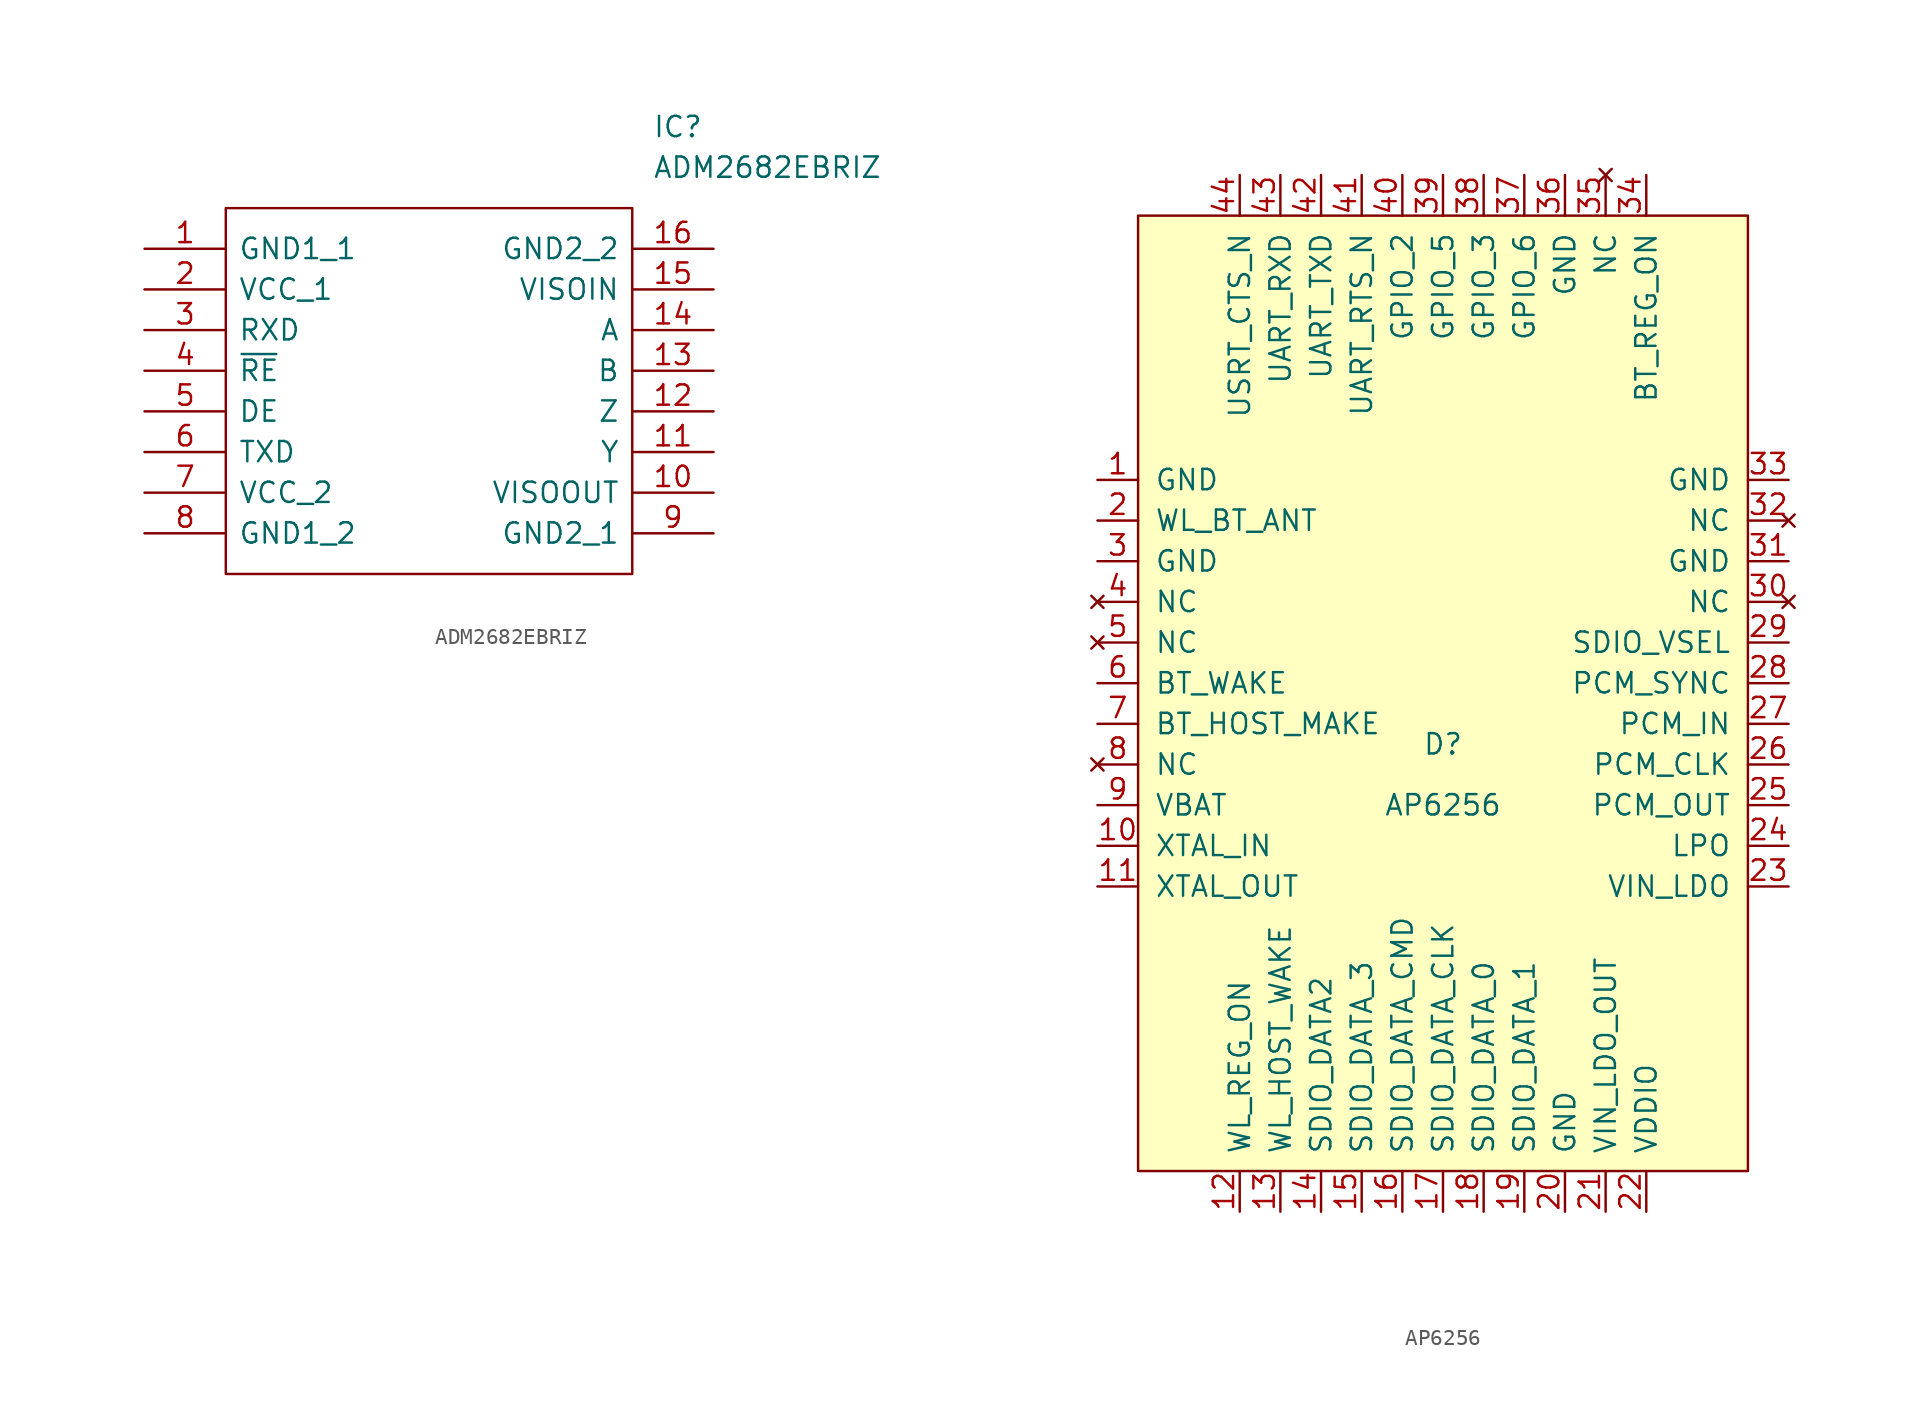
<source format=kicad_sym>
(kicad_symbol_lib
  (version 20211014)
  (generator kicad_symbol_editor)
  (symbol "ADM2682EBRIZ"
    (pin_names
      (offset 0.762))
    (property "Reference" "IC"
      (at 31.75 7.62 0)
      (effects (font (size 1.27 1.27)) (justify left)))
    (property "Value" "ADM2682EBRIZ"
      (at 31.75 5.08 0)
      (effects (font (size 1.27 1.27)) (justify left)))
    (symbol "ADM2682EBRIZ_0_0"
      (pin unspecified line (at 0 0 0) (length 5.08) (name "GND1_1" (effects (font (size 1.27 1.27)))) (number "1" (effects (font (size 1.27 1.27)))))
      (pin unspecified line (at 35.56 -15.24 180) (length 5.08) (name "VISOOUT" (effects (font (size 1.27 1.27)))) (number "10" (effects (font (size 1.27 1.27)))))
      (pin unspecified line (at 35.56 -12.7 180) (length 5.08) (name "Y" (effects (font (size 1.27 1.27)))) (number "11" (effects (font (size 1.27 1.27)))))
      (pin unspecified line (at 35.56 -10.16 180) (length 5.08) (name "Z" (effects (font (size 1.27 1.27)))) (number "12" (effects (font (size 1.27 1.27)))))
      (pin unspecified line (at 35.56 -7.62 180) (length 5.08) (name "B" (effects (font (size 1.27 1.27)))) (number "13" (effects (font (size 1.27 1.27)))))
      (pin unspecified line (at 35.56 -5.08 180) (length 5.08) (name "A" (effects (font (size 1.27 1.27)))) (number "14" (effects (font (size 1.27 1.27)))))
      (pin unspecified line (at 35.56 -2.54 180) (length 5.08) (name "VISOIN" (effects (font (size 1.27 1.27)))) (number "15" (effects (font (size 1.27 1.27)))))
      (pin unspecified line (at 35.56 0 180) (length 5.08) (name "GND2_2" (effects (font (size 1.27 1.27)))) (number "16" (effects (font (size 1.27 1.27)))))
      (pin unspecified line (at 0 -2.54 0) (length 5.08) (name "VCC_1" (effects (font (size 1.27 1.27)))) (number "2" (effects (font (size 1.27 1.27)))))
      (pin unspecified line (at 0 -5.08 0) (length 5.08) (name "RXD" (effects (font (size 1.27 1.27)))) (number "3" (effects (font (size 1.27 1.27)))))
      (pin unspecified line (at 0 -7.62 0) (length 5.08) (name "~{RE}" (effects (font (size 1.27 1.27)))) (number "4" (effects (font (size 1.27 1.27)))))
      (pin unspecified line (at 0 -10.16 0) (length 5.08) (name "DE" (effects (font (size 1.27 1.27)))) (number "5" (effects (font (size 1.27 1.27)))))
      (pin unspecified line (at 0 -12.7 0) (length 5.08) (name "TXD" (effects (font (size 1.27 1.27)))) (number "6" (effects (font (size 1.27 1.27)))))
      (pin unspecified line (at 0 -15.24 0) (length 5.08) (name "VCC_2" (effects (font (size 1.27 1.27)))) (number "7" (effects (font (size 1.27 1.27)))))
      (pin unspecified line (at 0 -17.78 0) (length 5.08) (name "GND1_2" (effects (font (size 1.27 1.27)))) (number "8" (effects (font (size 1.27 1.27)))))
      (pin unspecified line (at 35.56 -17.78 180) (length 5.08) (name "GND2_1" (effects (font (size 1.27 1.27)))) (number "9" (effects (font (size 1.27 1.27))))))
    (symbol "ADM2682EBRIZ_0_1"
      (polyline (pts (xy 5.08 2.54) (xy 30.48 2.54) (xy 30.48 -20.32) (xy 5.08 -20.32) (xy 5.08 2.54)) (stroke (width 0.152) (type default) (color 0 0 0 0)) (fill (type none)))))
  (symbol "AP6256"
    (pin_names
      (offset 1.016))
    (property "Reference" "D"
      (at 19.05 26.67 0)
      (effects (font (size 1.27 1.27))))
    (property "Value" "AP6256"
      (at 19.05 22.86 0)
      (effects (font (size 1.27 1.27))))
    (symbol "AP6256_0_1"
      (rectangle (start 0 0) (end 38.1 59.69) (stroke (width 0) (type default) (color 0 0 0 0)) (fill (type background))))
    (symbol "AP6256_1_1"
      (pin power_in line (at -2.54 43.18 0) (length 2.54) (name "GND" (effects (font (size 1.27 1.27)))) (number "1" (effects (font (size 1.27 1.27)))))
      (pin input line (at -2.54 20.32 0) (length 2.54) (name "XTAL_IN" (effects (font (size 1.27 1.27)))) (number "10" (effects (font (size 1.27 1.27)))))
      (pin output line (at -2.54 17.78 0) (length 2.54) (name "XTAL_OUT" (effects (font (size 1.27 1.27)))) (number "11" (effects (font (size 1.27 1.27)))))
      (pin input line (at 6.35 -2.54 90) (length 2.54) (name "WL_REG_ON" (effects (font (size 1.27 1.27)))) (number "12" (effects (font (size 1.27 1.27)))))
      (pin output line (at 8.89 -2.54 90) (length 2.54) (name "WL_HOST_WAKE" (effects (font (size 1.27 1.27)))) (number "13" (effects (font (size 1.27 1.27)))))
      (pin bidirectional line (at 11.43 -2.54 90) (length 2.54) (name "SDIO_DATA2" (effects (font (size 1.27 1.27)))) (number "14" (effects (font (size 1.27 1.27)))))
      (pin bidirectional line (at 13.97 -2.54 90) (length 2.54) (name "SDIO_DATA_3" (effects (font (size 1.27 1.27)))) (number "15" (effects (font (size 1.27 1.27)))))
      (pin bidirectional line (at 16.51 -2.54 90) (length 2.54) (name "SDIO_DATA_CMD" (effects (font (size 1.27 1.27)))) (number "16" (effects (font (size 1.27 1.27)))))
      (pin bidirectional line (at 19.05 -2.54 90) (length 2.54) (name "SDIO_DATA_CLK" (effects (font (size 1.27 1.27)))) (number "17" (effects (font (size 1.27 1.27)))))
      (pin bidirectional line (at 21.59 -2.54 90) (length 2.54) (name "SDIO_DATA_0" (effects (font (size 1.27 1.27)))) (number "18" (effects (font (size 1.27 1.27)))))
      (pin bidirectional line (at 24.13 -2.54 90) (length 2.54) (name "SDIO_DATA_1" (effects (font (size 1.27 1.27)))) (number "19" (effects (font (size 1.27 1.27)))))
      (pin bidirectional line (at -2.54 40.64 0) (length 2.54) (name "WL_BT_ANT" (effects (font (size 1.27 1.27)))) (number "2" (effects (font (size 1.27 1.27)))))
      (pin power_in line (at 26.67 -2.54 90) (length 2.54) (name "GND" (effects (font (size 1.27 1.27)))) (number "20" (effects (font (size 1.27 1.27)))))
      (pin power_out line (at 29.21 -2.54 90) (length 2.54) (name "VIN_LDO_OUT" (effects (font (size 1.27 1.27)))) (number "21" (effects (font (size 1.27 1.27)))))
      (pin power_in line (at 31.75 -2.54 90) (length 2.54) (name "VDDIO" (effects (font (size 1.27 1.27)))) (number "22" (effects (font (size 1.27 1.27)))))
      (pin power_in line (at 40.64 17.78 180) (length 2.54) (name "VIN_LDO" (effects (font (size 1.27 1.27)))) (number "23" (effects (font (size 1.27 1.27)))))
      (pin input line (at 40.64 20.32 180) (length 2.54) (name "LPO" (effects (font (size 1.27 1.27)))) (number "24" (effects (font (size 1.27 1.27)))))
      (pin output line (at 40.64 22.86 180) (length 2.54) (name "PCM_OUT" (effects (font (size 1.27 1.27)))) (number "25" (effects (font (size 1.27 1.27)))))
      (pin bidirectional line (at 40.64 25.4 180) (length 2.54) (name "PCM_CLK" (effects (font (size 1.27 1.27)))) (number "26" (effects (font (size 1.27 1.27)))))
      (pin input line (at 40.64 27.94 180) (length 2.54) (name "PCM_IN" (effects (font (size 1.27 1.27)))) (number "27" (effects (font (size 1.27 1.27)))))
      (pin bidirectional line (at 40.64 30.48 180) (length 2.54) (name "PCM_SYNC" (effects (font (size 1.27 1.27)))) (number "28" (effects (font (size 1.27 1.27)))))
      (pin input line (at 40.64 33.02 180) (length 2.54) (name "SDIO_VSEL" (effects (font (size 1.27 1.27)))) (number "29" (effects (font (size 1.27 1.27)))))
      (pin power_in line (at -2.54 38.1 0) (length 2.54) (name "GND" (effects (font (size 1.27 1.27)))) (number "3" (effects (font (size 1.27 1.27)))))
      (pin no_connect line (at 40.64 35.56 180) (length 2.54) (name "NC" (effects (font (size 1.27 1.27)))) (number "30" (effects (font (size 1.27 1.27)))))
      (pin power_in line (at 40.64 38.1 180) (length 2.54) (name "GND" (effects (font (size 1.27 1.27)))) (number "31" (effects (font (size 1.27 1.27)))))
      (pin no_connect line (at 40.64 40.64 180) (length 2.54) (name "NC" (effects (font (size 1.27 1.27)))) (number "32" (effects (font (size 1.27 1.27)))))
      (pin power_in line (at 40.64 43.18 180) (length 2.54) (name "GND" (effects (font (size 1.27 1.27)))) (number "33" (effects (font (size 1.27 1.27)))))
      (pin input line (at 31.75 62.23 270) (length 2.54) (name "BT_REG_ON" (effects (font (size 1.27 1.27)))) (number "34" (effects (font (size 1.27 1.27)))))
      (pin no_connect line (at 29.21 62.23 270) (length 2.54) (name "NC" (effects (font (size 1.27 1.27)))) (number "35" (effects (font (size 1.27 1.27)))))
      (pin power_in line (at 26.67 62.23 270) (length 2.54) (name "GND" (effects (font (size 1.27 1.27)))) (number "36" (effects (font (size 1.27 1.27)))))
      (pin bidirectional line (at 24.13 62.23 270) (length 2.54) (name "GPIO_6" (effects (font (size 1.27 1.27)))) (number "37" (effects (font (size 1.27 1.27)))))
      (pin bidirectional line (at 21.59 62.23 270) (length 2.54) (name "GPIO_3" (effects (font (size 1.27 1.27)))) (number "38" (effects (font (size 1.27 1.27)))))
      (pin bidirectional line (at 19.05 62.23 270) (length 2.54) (name "GPIO_5" (effects (font (size 1.27 1.27)))) (number "39" (effects (font (size 1.27 1.27)))))
      (pin no_connect line (at -2.54 35.56 0) (length 2.54) (name "NC" (effects (font (size 1.27 1.27)))) (number "4" (effects (font (size 1.27 1.27)))))
      (pin bidirectional line (at 16.51 62.23 270) (length 2.54) (name "GPIO_2" (effects (font (size 1.27 1.27)))) (number "40" (effects (font (size 1.27 1.27)))))
      (pin output line (at 13.97 62.23 270) (length 2.54) (name "UART_RTS_N" (effects (font (size 1.27 1.27)))) (number "41" (effects (font (size 1.27 1.27)))))
      (pin output line (at 11.43 62.23 270) (length 2.54) (name "UART_TXD" (effects (font (size 1.27 1.27)))) (number "42" (effects (font (size 1.27 1.27)))))
      (pin input line (at 8.89 62.23 270) (length 2.54) (name "UART_RXD" (effects (font (size 1.27 1.27)))) (number "43" (effects (font (size 1.27 1.27)))))
      (pin input line (at 6.35 62.23 270) (length 2.54) (name "USRT_CTS_N" (effects (font (size 1.27 1.27)))) (number "44" (effects (font (size 1.27 1.27)))))
      (pin no_connect line (at -2.54 33.02 0) (length 2.54) (name "NC" (effects (font (size 1.27 1.27)))) (number "5" (effects (font (size 1.27 1.27)))))
      (pin input line (at -2.54 30.48 0) (length 2.54) (name "BT_WAKE" (effects (font (size 1.27 1.27)))) (number "6" (effects (font (size 1.27 1.27)))))
      (pin output line (at -2.54 27.94 0) (length 2.54) (name "BT_HOST_MAKE" (effects (font (size 1.27 1.27)))) (number "7" (effects (font (size 1.27 1.27)))))
      (pin no_connect line (at -2.54 25.4 0) (length 2.54) (name "NC" (effects (font (size 1.27 1.27)))) (number "8" (effects (font (size 1.27 1.27)))))
      (pin power_in line (at -2.54 22.86 0) (length 2.54) (name "VBAT" (effects (font (size 1.27 1.27)))) (number "9" (effects (font (size 1.27 1.27))))))))
</source>
